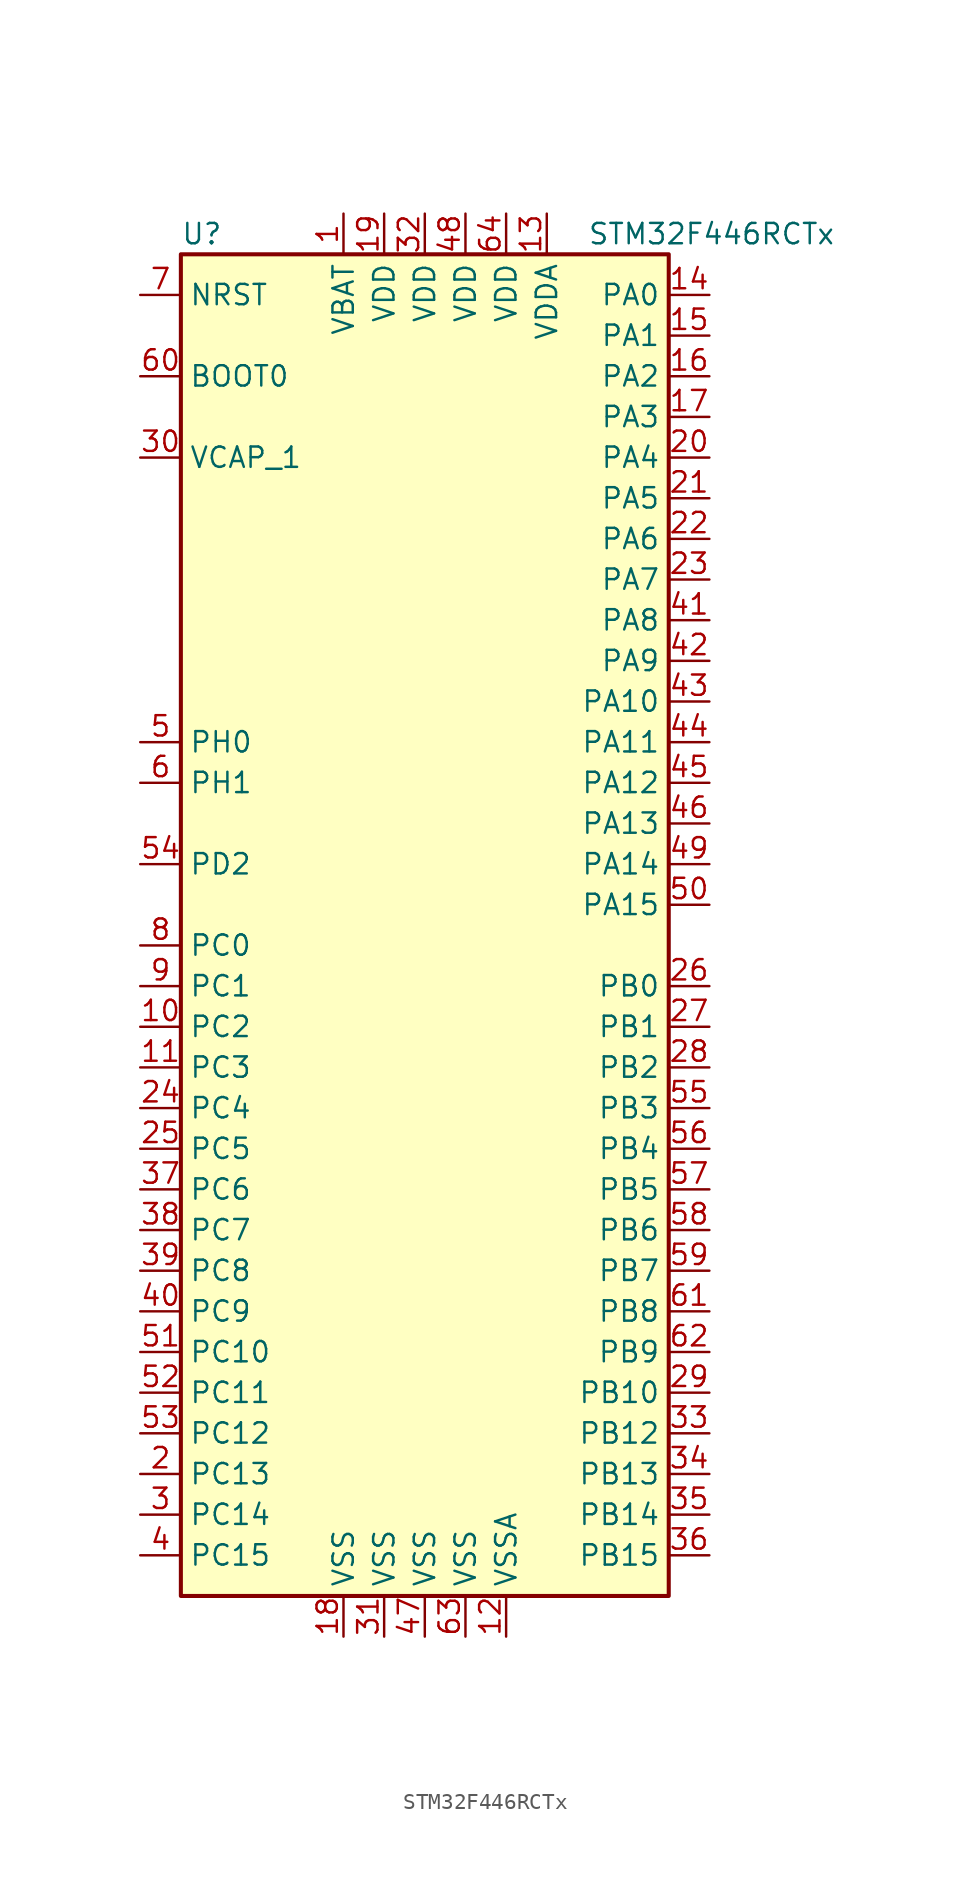
<source format=kicad_sym>
(kicad_symbol_lib
  (version 20201005)
  (generator kicad_symbol_editor)
  (symbol "STM32F446RCTx"
    (property "Reference" "U"
      (at -15.24 41.91 0)
      (effects (font (size 1.27 1.27)) (justify left)))
    (property "Value" "STM32F446RCTx"
      (at 10.16 41.91 0)
      (effects (font (size 1.27 1.27)) (justify left)))
    (symbol "STM32F446RCTx_0_1"
      (rectangle (start -15.24 -43.18) (end 15.24 40.64) (stroke (width 0.254)) (fill (type background))))
    (symbol "STM32F446RCTx_1_1"
      (pin power_in line (at -5.08 43.18 270) (length 2.54) (name "VBAT" (effects (font (size 1.27 1.27)))) (number "1" (effects (font (size 1.27 1.27)))))
      (pin bidirectional line (at -17.78 -7.62 0) (length 2.54) (name "PC2" (effects (font (size 1.27 1.27)))) (number "10" (effects (font (size 1.27 1.27)))))
      (pin bidirectional line (at -17.78 -10.16 0) (length 2.54) (name "PC3" (effects (font (size 1.27 1.27)))) (number "11" (effects (font (size 1.27 1.27)))))
      (pin power_in line (at 5.08 -45.72 90) (length 2.54) (name "VSSA" (effects (font (size 1.27 1.27)))) (number "12" (effects (font (size 1.27 1.27)))))
      (pin power_in line (at 7.62 43.18 270) (length 2.54) (name "VDDA" (effects (font (size 1.27 1.27)))) (number "13" (effects (font (size 1.27 1.27)))))
      (pin bidirectional line (at 17.78 38.1 180) (length 2.54) (name "PA0" (effects (font (size 1.27 1.27)))) (number "14" (effects (font (size 1.27 1.27)))))
      (pin bidirectional line (at 17.78 35.56 180) (length 2.54) (name "PA1" (effects (font (size 1.27 1.27)))) (number "15" (effects (font (size 1.27 1.27)))))
      (pin bidirectional line (at 17.78 33.02 180) (length 2.54) (name "PA2" (effects (font (size 1.27 1.27)))) (number "16" (effects (font (size 1.27 1.27)))))
      (pin bidirectional line (at 17.78 30.48 180) (length 2.54) (name "PA3" (effects (font (size 1.27 1.27)))) (number "17" (effects (font (size 1.27 1.27)))))
      (pin power_in line (at -5.08 -45.72 90) (length 2.54) (name "VSS" (effects (font (size 1.27 1.27)))) (number "18" (effects (font (size 1.27 1.27)))))
      (pin power_in line (at -2.54 43.18 270) (length 2.54) (name "VDD" (effects (font (size 1.27 1.27)))) (number "19" (effects (font (size 1.27 1.27)))))
      (pin bidirectional line (at -17.78 -35.56 0) (length 2.54) (name "PC13" (effects (font (size 1.27 1.27)))) (number "2" (effects (font (size 1.27 1.27)))))
      (pin bidirectional line (at 17.78 27.94 180) (length 2.54) (name "PA4" (effects (font (size 1.27 1.27)))) (number "20" (effects (font (size 1.27 1.27)))))
      (pin bidirectional line (at 17.78 25.4 180) (length 2.54) (name "PA5" (effects (font (size 1.27 1.27)))) (number "21" (effects (font (size 1.27 1.27)))))
      (pin bidirectional line (at 17.78 22.86 180) (length 2.54) (name "PA6" (effects (font (size 1.27 1.27)))) (number "22" (effects (font (size 1.27 1.27)))))
      (pin bidirectional line (at 17.78 20.32 180) (length 2.54) (name "PA7" (effects (font (size 1.27 1.27)))) (number "23" (effects (font (size 1.27 1.27)))))
      (pin bidirectional line (at -17.78 -12.7 0) (length 2.54) (name "PC4" (effects (font (size 1.27 1.27)))) (number "24" (effects (font (size 1.27 1.27)))))
      (pin bidirectional line (at -17.78 -15.24 0) (length 2.54) (name "PC5" (effects (font (size 1.27 1.27)))) (number "25" (effects (font (size 1.27 1.27)))))
      (pin bidirectional line (at 17.78 -5.08 180) (length 2.54) (name "PB0" (effects (font (size 1.27 1.27)))) (number "26" (effects (font (size 1.27 1.27)))))
      (pin bidirectional line (at 17.78 -7.62 180) (length 2.54) (name "PB1" (effects (font (size 1.27 1.27)))) (number "27" (effects (font (size 1.27 1.27)))))
      (pin bidirectional line (at 17.78 -10.16 180) (length 2.54) (name "PB2" (effects (font (size 1.27 1.27)))) (number "28" (effects (font (size 1.27 1.27)))))
      (pin bidirectional line (at 17.78 -30.48 180) (length 2.54) (name "PB10" (effects (font (size 1.27 1.27)))) (number "29" (effects (font (size 1.27 1.27)))))
      (pin bidirectional line (at -17.78 -38.1 0) (length 2.54) (name "PC14" (effects (font (size 1.27 1.27)))) (number "3" (effects (font (size 1.27 1.27)))))
      (pin power_in line (at -17.78 27.94 0) (length 2.54) (name "VCAP_1" (effects (font (size 1.27 1.27)))) (number "30" (effects (font (size 1.27 1.27)))))
      (pin power_in line (at -2.54 -45.72 90) (length 2.54) (name "VSS" (effects (font (size 1.27 1.27)))) (number "31" (effects (font (size 1.27 1.27)))))
      (pin power_in line (at 0 43.18 270) (length 2.54) (name "VDD" (effects (font (size 1.27 1.27)))) (number "32" (effects (font (size 1.27 1.27)))))
      (pin bidirectional line (at 17.78 -33.02 180) (length 2.54) (name "PB12" (effects (font (size 1.27 1.27)))) (number "33" (effects (font (size 1.27 1.27)))))
      (pin bidirectional line (at 17.78 -35.56 180) (length 2.54) (name "PB13" (effects (font (size 1.27 1.27)))) (number "34" (effects (font (size 1.27 1.27)))))
      (pin bidirectional line (at 17.78 -38.1 180) (length 2.54) (name "PB14" (effects (font (size 1.27 1.27)))) (number "35" (effects (font (size 1.27 1.27)))))
      (pin bidirectional line (at 17.78 -40.64 180) (length 2.54) (name "PB15" (effects (font (size 1.27 1.27)))) (number "36" (effects (font (size 1.27 1.27)))))
      (pin bidirectional line (at -17.78 -17.78 0) (length 2.54) (name "PC6" (effects (font (size 1.27 1.27)))) (number "37" (effects (font (size 1.27 1.27)))))
      (pin bidirectional line (at -17.78 -20.32 0) (length 2.54) (name "PC7" (effects (font (size 1.27 1.27)))) (number "38" (effects (font (size 1.27 1.27)))))
      (pin bidirectional line (at -17.78 -22.86 0) (length 2.54) (name "PC8" (effects (font (size 1.27 1.27)))) (number "39" (effects (font (size 1.27 1.27)))))
      (pin bidirectional line (at -17.78 -40.64 0) (length 2.54) (name "PC15" (effects (font (size 1.27 1.27)))) (number "4" (effects (font (size 1.27 1.27)))))
      (pin bidirectional line (at -17.78 -25.4 0) (length 2.54) (name "PC9" (effects (font (size 1.27 1.27)))) (number "40" (effects (font (size 1.27 1.27)))))
      (pin bidirectional line (at 17.78 17.78 180) (length 2.54) (name "PA8" (effects (font (size 1.27 1.27)))) (number "41" (effects (font (size 1.27 1.27)))))
      (pin bidirectional line (at 17.78 15.24 180) (length 2.54) (name "PA9" (effects (font (size 1.27 1.27)))) (number "42" (effects (font (size 1.27 1.27)))))
      (pin bidirectional line (at 17.78 12.7 180) (length 2.54) (name "PA10" (effects (font (size 1.27 1.27)))) (number "43" (effects (font (size 1.27 1.27)))))
      (pin bidirectional line (at 17.78 10.16 180) (length 2.54) (name "PA11" (effects (font (size 1.27 1.27)))) (number "44" (effects (font (size 1.27 1.27)))))
      (pin bidirectional line (at 17.78 7.62 180) (length 2.54) (name "PA12" (effects (font (size 1.27 1.27)))) (number "45" (effects (font (size 1.27 1.27)))))
      (pin bidirectional line (at 17.78 5.08 180) (length 2.54) (name "PA13" (effects (font (size 1.27 1.27)))) (number "46" (effects (font (size 1.27 1.27)))))
      (pin power_in line (at 0 -45.72 90) (length 2.54) (name "VSS" (effects (font (size 1.27 1.27)))) (number "47" (effects (font (size 1.27 1.27)))))
      (pin power_in line (at 2.54 43.18 270) (length 2.54) (name "VDD" (effects (font (size 1.27 1.27)))) (number "48" (effects (font (size 1.27 1.27)))))
      (pin bidirectional line (at 17.78 2.54 180) (length 2.54) (name "PA14" (effects (font (size 1.27 1.27)))) (number "49" (effects (font (size 1.27 1.27)))))
      (pin input line (at -17.78 10.16 0) (length 2.54) (name "PH0" (effects (font (size 1.27 1.27)))) (number "5" (effects (font (size 1.27 1.27)))))
      (pin bidirectional line (at 17.78 0 180) (length 2.54) (name "PA15" (effects (font (size 1.27 1.27)))) (number "50" (effects (font (size 1.27 1.27)))))
      (pin bidirectional line (at -17.78 -27.94 0) (length 2.54) (name "PC10" (effects (font (size 1.27 1.27)))) (number "51" (effects (font (size 1.27 1.27)))))
      (pin bidirectional line (at -17.78 -30.48 0) (length 2.54) (name "PC11" (effects (font (size 1.27 1.27)))) (number "52" (effects (font (size 1.27 1.27)))))
      (pin bidirectional line (at -17.78 -33.02 0) (length 2.54) (name "PC12" (effects (font (size 1.27 1.27)))) (number "53" (effects (font (size 1.27 1.27)))))
      (pin bidirectional line (at -17.78 2.54 0) (length 2.54) (name "PD2" (effects (font (size 1.27 1.27)))) (number "54" (effects (font (size 1.27 1.27)))))
      (pin bidirectional line (at 17.78 -12.7 180) (length 2.54) (name "PB3" (effects (font (size 1.27 1.27)))) (number "55" (effects (font (size 1.27 1.27)))))
      (pin bidirectional line (at 17.78 -15.24 180) (length 2.54) (name "PB4" (effects (font (size 1.27 1.27)))) (number "56" (effects (font (size 1.27 1.27)))))
      (pin bidirectional line (at 17.78 -17.78 180) (length 2.54) (name "PB5" (effects (font (size 1.27 1.27)))) (number "57" (effects (font (size 1.27 1.27)))))
      (pin bidirectional line (at 17.78 -20.32 180) (length 2.54) (name "PB6" (effects (font (size 1.27 1.27)))) (number "58" (effects (font (size 1.27 1.27)))))
      (pin bidirectional line (at 17.78 -22.86 180) (length 2.54) (name "PB7" (effects (font (size 1.27 1.27)))) (number "59" (effects (font (size 1.27 1.27)))))
      (pin input line (at -17.78 7.62 0) (length 2.54) (name "PH1" (effects (font (size 1.27 1.27)))) (number "6" (effects (font (size 1.27 1.27)))))
      (pin input line (at -17.78 33.02 0) (length 2.54) (name "BOOT0" (effects (font (size 1.27 1.27)))) (number "60" (effects (font (size 1.27 1.27)))))
      (pin bidirectional line (at 17.78 -25.4 180) (length 2.54) (name "PB8" (effects (font (size 1.27 1.27)))) (number "61" (effects (font (size 1.27 1.27)))))
      (pin bidirectional line (at 17.78 -27.94 180) (length 2.54) (name "PB9" (effects (font (size 1.27 1.27)))) (number "62" (effects (font (size 1.27 1.27)))))
      (pin power_in line (at 2.54 -45.72 90) (length 2.54) (name "VSS" (effects (font (size 1.27 1.27)))) (number "63" (effects (font (size 1.27 1.27)))))
      (pin power_in line (at 5.08 43.18 270) (length 2.54) (name "VDD" (effects (font (size 1.27 1.27)))) (number "64" (effects (font (size 1.27 1.27)))))
      (pin input line (at -17.78 38.1 0) (length 2.54) (name "NRST" (effects (font (size 1.27 1.27)))) (number "7" (effects (font (size 1.27 1.27)))))
      (pin bidirectional line (at -17.78 -2.54 0) (length 2.54) (name "PC0" (effects (font (size 1.27 1.27)))) (number "8" (effects (font (size 1.27 1.27)))))
      (pin bidirectional line (at -17.78 -5.08 0) (length 2.54) (name "PC1" (effects (font (size 1.27 1.27)))) (number "9" (effects (font (size 1.27 1.27))))))))
</source>
